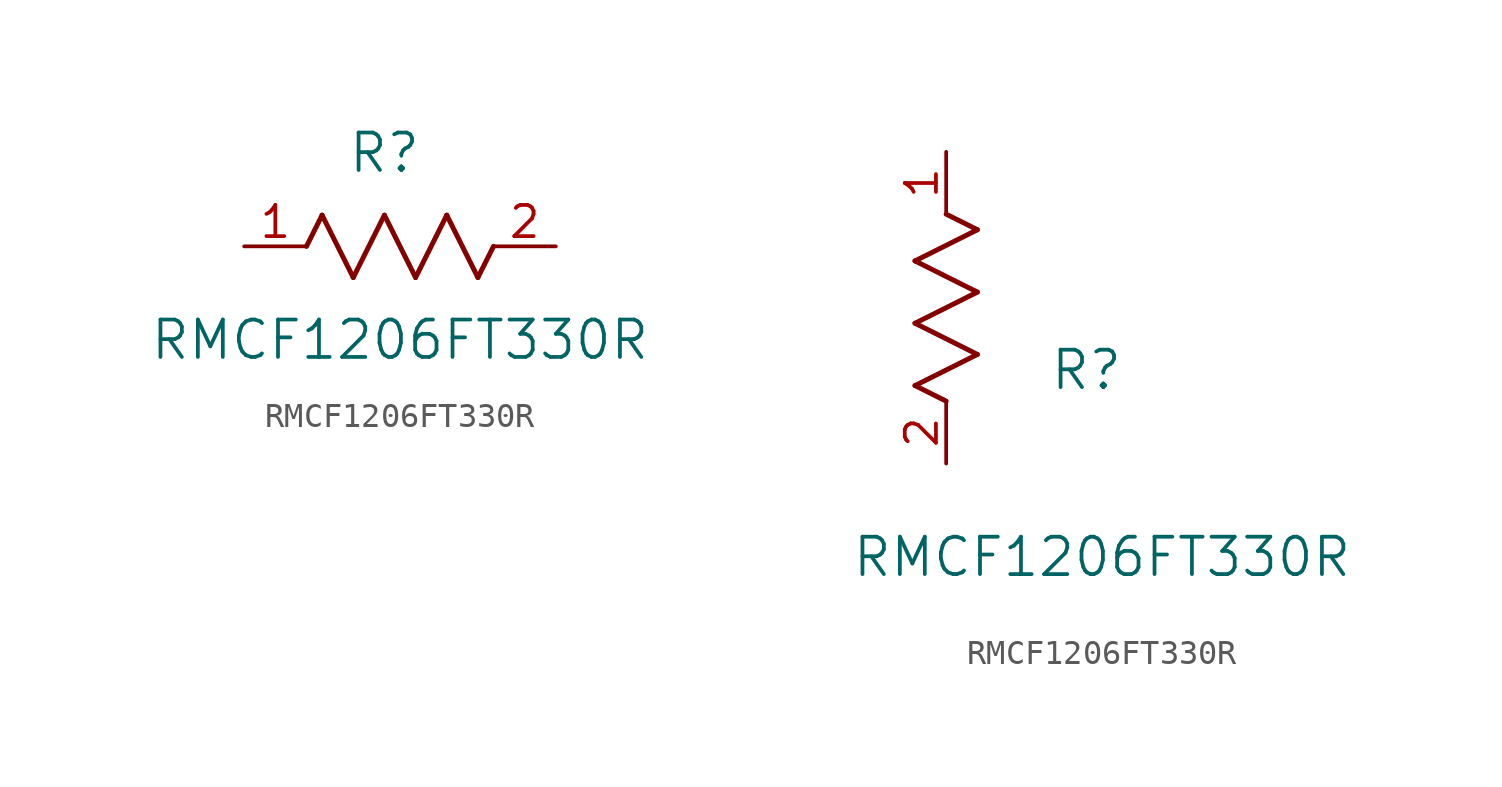
<source format=kicad_sym>
(kicad_symbol_lib
  (version 20211014)
  (generator kicad_symbol_editor)
  (symbol "RMCF1206FT330R"
    (pin_names
      (offset 0.254))
    (property "Reference" "R"
      (at 5.715 3.81 0)
      (effects (font (size 1.524 1.524))))
    (property "Value" "RMCF1206FT330R"
      (at 6.35 -3.81 0)
      (effects (font (size 1.524 1.524))))
    (symbol "RMCF1206FT330R_1_1"
      (polyline (pts (xy 3.175 1.27) (xy 4.445 -1.27)) (stroke (width 0.203) (type default) (color 0 0 0 0)) (fill (type none)))
      (polyline (pts (xy 4.445 -1.27) (xy 5.715 1.27)) (stroke (width 0.203) (type default) (color 0 0 0 0)) (fill (type none)))
      (polyline (pts (xy 5.715 1.27) (xy 6.985 -1.27)) (stroke (width 0.203) (type default) (color 0 0 0 0)) (fill (type none)))
      (polyline (pts (xy 6.985 -1.27) (xy 8.255 1.27)) (stroke (width 0.203) (type default) (color 0 0 0 0)) (fill (type none)))
      (polyline (pts (xy 8.255 1.27) (xy 9.525 -1.27)) (stroke (width 0.203) (type default) (color 0 0 0 0)) (fill (type none)))
      (polyline (pts (xy 2.54 0) (xy 3.175 1.27)) (stroke (width 0.203) (type default) (color 0 0 0 0)) (fill (type none)))
      (polyline (pts (xy 9.525 -1.27) (xy 10.16 0)) (stroke (width 0.203) (type default) (color 0 0 0 0)) (fill (type none)))
      (pin unspecified line (at 0 0 0) (length 2.54) (name "" (effects (font (size 1.27 1.27)))) (number "1" (effects (font (size 1.27 1.27)))))
      (pin unspecified line (at 12.7 0 180) (length 2.54) (name "" (effects (font (size 1.27 1.27)))) (number "2" (effects (font (size 1.27 1.27))))))
    (symbol "RMCF1206FT330R_1_2"
      (polyline (pts (xy 0 2.54) (xy -1.27 3.175)) (stroke (width 0.203) (type default) (color 0 0 0 0)) (fill (type none)))
      (polyline (pts (xy -1.27 3.175) (xy 1.27 4.445)) (stroke (width 0.203) (type default) (color 0 0 0 0)) (fill (type none)))
      (polyline (pts (xy 1.27 4.445) (xy -1.27 5.715)) (stroke (width 0.203) (type default) (color 0 0 0 0)) (fill (type none)))
      (polyline (pts (xy -1.27 5.715) (xy 1.27 6.985)) (stroke (width 0.203) (type default) (color 0 0 0 0)) (fill (type none)))
      (polyline (pts (xy -1.27 8.255) (xy 1.27 9.525)) (stroke (width 0.203) (type default) (color 0 0 0 0)) (fill (type none)))
      (polyline (pts (xy 1.27 9.525) (xy 0 10.16)) (stroke (width 0.203) (type default) (color 0 0 0 0)) (fill (type none)))
      (polyline (pts (xy 1.27 6.985) (xy -1.27 8.255)) (stroke (width 0.203) (type default) (color 0 0 0 0)) (fill (type none)))
      (pin unspecified line (at 0 12.7 270) (length 2.54) (name "" (effects (font (size 1.27 1.27)))) (number "1" (effects (font (size 1.27 1.27)))))
      (pin unspecified line (at 0 0 90) (length 2.54) (name "" (effects (font (size 1.27 1.27)))) (number "2" (effects (font (size 1.27 1.27))))))))
</source>
